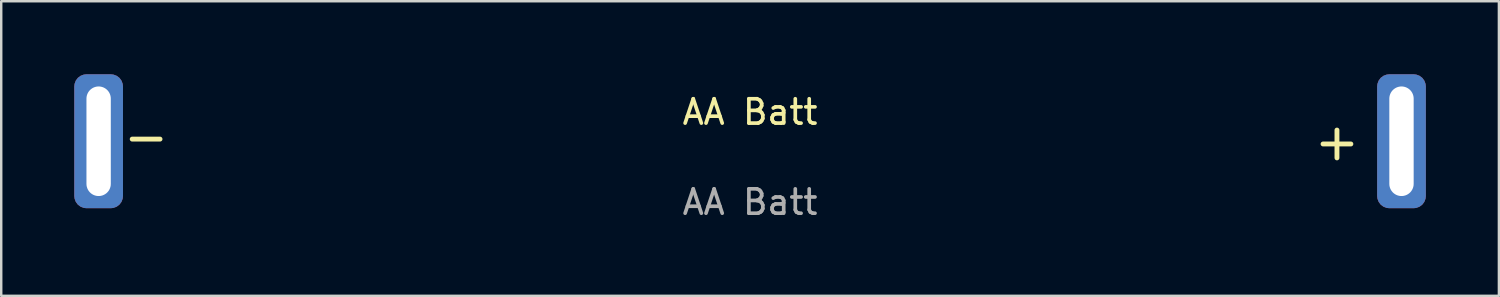
<source format=kicad_pcb>
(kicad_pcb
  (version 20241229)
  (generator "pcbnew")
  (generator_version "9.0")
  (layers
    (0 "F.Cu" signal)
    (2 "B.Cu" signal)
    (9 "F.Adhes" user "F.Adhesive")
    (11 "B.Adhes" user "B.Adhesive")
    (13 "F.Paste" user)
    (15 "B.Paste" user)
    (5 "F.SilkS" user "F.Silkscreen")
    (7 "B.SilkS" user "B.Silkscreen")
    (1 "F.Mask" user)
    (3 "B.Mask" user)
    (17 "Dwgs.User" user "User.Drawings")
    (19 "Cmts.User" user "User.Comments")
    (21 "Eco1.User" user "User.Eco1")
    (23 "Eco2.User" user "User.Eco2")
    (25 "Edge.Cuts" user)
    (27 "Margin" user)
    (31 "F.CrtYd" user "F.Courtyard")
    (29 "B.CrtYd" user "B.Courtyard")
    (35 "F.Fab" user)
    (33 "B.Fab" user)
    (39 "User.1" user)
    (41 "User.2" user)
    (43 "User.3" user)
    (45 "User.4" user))
  (footprint "AA Batt"
    (layer "F.Cu")
    (at 27.75 2.75)
    (property "Reference" "AA Batt" (at 0 -1.2 0) (unlocked yes) (layer "F.SilkS") (effects (font (size 1 1) (thickness 0.15))))
    (attr smd)
    (fp_text user "-" (at -24.8 -0.2 0) (unlocked yes) (layer "F.SilkS") (effects (font (size 1.5 1.5) (thickness 0.2))))
    (fp_text user "+" (at 24.1 0 0) (unlocked yes) (layer "F.SilkS") (effects (font (size 1.5 1.5) (thickness 0.2))))
    (fp_text user "${REFERENCE}" (at 0 2.5 0) (unlocked yes) (layer "F.Fab") (effects (font (size 1 1) (thickness 0.15))))
    (pad "1" thru_hole roundrect (at 26.75 0 90) (size 5.5 2) (drill oval 4.5 1) (layers "*.Cu" "*.Mask") (roundrect_rratio 0.25))
    (pad "2" thru_hole roundrect (at -26.75 0 90) (size 5.5 2) (drill oval 4.5 1) (layers "*.Cu" "*.Mask") (roundrect_rratio 0.25)))
  (gr_rect
    (start -3 -3)
    (end 58.5 9.098)
    (stroke (width 0.1) (type default))
    (fill no)
    (layer "Edge.Cuts")))
</source>
